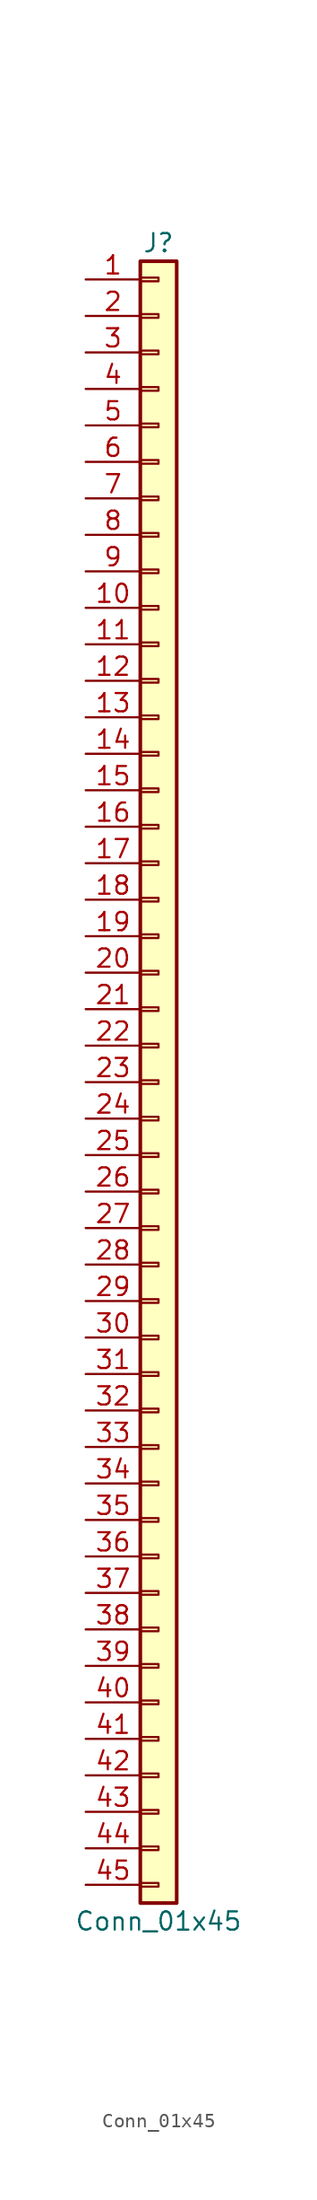
<source format=kicad_sym>
(kicad_symbol_lib
  (version 20220914)
  (generator kicad_symbol_editor)
  (symbol "Conn_01x45"
    (pin_names
      (offset 1.016) hide)
    (property "Reference" "J"
      (at 0 50.8 0)
      (effects (font (size 1.27 1.27))))
    (property "Value" "Conn_01x45"
      (at 0 -66.04 0)
      (effects (font (size 1.27 1.27))))
    (symbol "Conn_01x45_1_1"
      (rectangle (start -1.27 -63.373) (end 0 -63.627) (stroke (width 0.152) (type default)) (fill (type none)))
      (rectangle (start -1.27 -60.833) (end 0 -61.087) (stroke (width 0.152) (type default)) (fill (type none)))
      (rectangle (start -1.27 -58.293) (end 0 -58.547) (stroke (width 0.152) (type default)) (fill (type none)))
      (rectangle (start -1.27 -55.753) (end 0 -56.007) (stroke (width 0.152) (type default)) (fill (type none)))
      (rectangle (start -1.27 -53.213) (end 0 -53.467) (stroke (width 0.152) (type default)) (fill (type none)))
      (rectangle (start -1.27 -50.673) (end 0 -50.927) (stroke (width 0.152) (type default)) (fill (type none)))
      (rectangle (start -1.27 -48.133) (end 0 -48.387) (stroke (width 0.152) (type default)) (fill (type none)))
      (rectangle (start -1.27 -45.593) (end 0 -45.847) (stroke (width 0.152) (type default)) (fill (type none)))
      (rectangle (start -1.27 -43.053) (end 0 -43.307) (stroke (width 0.152) (type default)) (fill (type none)))
      (rectangle (start -1.27 -40.513) (end 0 -40.767) (stroke (width 0.152) (type default)) (fill (type none)))
      (rectangle (start -1.27 -37.973) (end 0 -38.227) (stroke (width 0.152) (type default)) (fill (type none)))
      (rectangle (start -1.27 -35.433) (end 0 -35.687) (stroke (width 0.152) (type default)) (fill (type none)))
      (rectangle (start -1.27 -32.893) (end 0 -33.147) (stroke (width 0.152) (type default)) (fill (type none)))
      (rectangle (start -1.27 -30.353) (end 0 -30.607) (stroke (width 0.152) (type default)) (fill (type none)))
      (rectangle (start -1.27 -27.813) (end 0 -28.067) (stroke (width 0.152) (type default)) (fill (type none)))
      (rectangle (start -1.27 -25.273) (end 0 -25.527) (stroke (width 0.152) (type default)) (fill (type none)))
      (rectangle (start -1.27 -22.733) (end 0 -22.987) (stroke (width 0.152) (type default)) (fill (type none)))
      (rectangle (start -1.27 -20.193) (end 0 -20.447) (stroke (width 0.152) (type default)) (fill (type none)))
      (rectangle (start -1.27 -17.653) (end 0 -17.907) (stroke (width 0.152) (type default)) (fill (type none)))
      (rectangle (start -1.27 -15.113) (end 0 -15.367) (stroke (width 0.152) (type default)) (fill (type none)))
      (rectangle (start -1.27 -12.573) (end 0 -12.827) (stroke (width 0.152) (type default)) (fill (type none)))
      (rectangle (start -1.27 -10.033) (end 0 -10.287) (stroke (width 0.152) (type default)) (fill (type none)))
      (rectangle (start -1.27 -7.493) (end 0 -7.747) (stroke (width 0.152) (type default)) (fill (type none)))
      (rectangle (start -1.27 -4.953) (end 0 -5.207) (stroke (width 0.152) (type default)) (fill (type none)))
      (rectangle (start -1.27 -2.413) (end 0 -2.667) (stroke (width 0.152) (type default)) (fill (type none)))
      (rectangle (start -1.27 0.127) (end 0 -0.127) (stroke (width 0.152) (type default)) (fill (type none)))
      (rectangle (start -1.27 2.667) (end 0 2.413) (stroke (width 0.152) (type default)) (fill (type none)))
      (rectangle (start -1.27 5.207) (end 0 4.953) (stroke (width 0.152) (type default)) (fill (type none)))
      (rectangle (start -1.27 7.747) (end 0 7.493) (stroke (width 0.152) (type default)) (fill (type none)))
      (rectangle (start -1.27 10.287) (end 0 10.033) (stroke (width 0.152) (type default)) (fill (type none)))
      (rectangle (start -1.27 12.827) (end 0 12.573) (stroke (width 0.152) (type default)) (fill (type none)))
      (rectangle (start -1.27 15.367) (end 0 15.113) (stroke (width 0.152) (type default)) (fill (type none)))
      (rectangle (start -1.27 17.907) (end 0 17.653) (stroke (width 0.152) (type default)) (fill (type none)))
      (rectangle (start -1.27 20.447) (end 0 20.193) (stroke (width 0.152) (type default)) (fill (type none)))
      (rectangle (start -1.27 22.987) (end 0 22.733) (stroke (width 0.152) (type default)) (fill (type none)))
      (rectangle (start -1.27 25.527) (end 0 25.273) (stroke (width 0.152) (type default)) (fill (type none)))
      (rectangle (start -1.27 28.067) (end 0 27.813) (stroke (width 0.152) (type default)) (fill (type none)))
      (rectangle (start -1.27 30.607) (end 0 30.353) (stroke (width 0.152) (type default)) (fill (type none)))
      (rectangle (start -1.27 33.147) (end 0 32.893) (stroke (width 0.152) (type default)) (fill (type none)))
      (rectangle (start -1.27 35.687) (end 0 35.433) (stroke (width 0.152) (type default)) (fill (type none)))
      (rectangle (start -1.27 38.227) (end 0 37.973) (stroke (width 0.152) (type default)) (fill (type none)))
      (rectangle (start -1.27 40.767) (end 0 40.513) (stroke (width 0.152) (type default)) (fill (type none)))
      (rectangle (start -1.27 43.307) (end 0 43.053) (stroke (width 0.152) (type default)) (fill (type none)))
      (rectangle (start -1.27 45.847) (end 0 45.593) (stroke (width 0.152) (type default)) (fill (type none)))
      (rectangle (start -1.27 48.387) (end 0 48.133) (stroke (width 0.152) (type default)) (fill (type none)))
      (rectangle (start -1.27 49.53) (end 1.27 -64.77) (stroke (width 0.254) (type default)) (fill (type background)))
      (pin passive line (at -5.08 48.26 0) (length 3.81) (name "Pin_1" (effects (font (size 1.27 1.27)))) (number "1" (effects (font (size 1.27 1.27)))))
      (pin passive line (at -5.08 25.4 0) (length 3.81) (name "Pin_10" (effects (font (size 1.27 1.27)))) (number "10" (effects (font (size 1.27 1.27)))))
      (pin passive line (at -5.08 22.86 0) (length 3.81) (name "Pin_11" (effects (font (size 1.27 1.27)))) (number "11" (effects (font (size 1.27 1.27)))))
      (pin passive line (at -5.08 20.32 0) (length 3.81) (name "Pin_12" (effects (font (size 1.27 1.27)))) (number "12" (effects (font (size 1.27 1.27)))))
      (pin passive line (at -5.08 17.78 0) (length 3.81) (name "Pin_13" (effects (font (size 1.27 1.27)))) (number "13" (effects (font (size 1.27 1.27)))))
      (pin passive line (at -5.08 15.24 0) (length 3.81) (name "Pin_14" (effects (font (size 1.27 1.27)))) (number "14" (effects (font (size 1.27 1.27)))))
      (pin passive line (at -5.08 12.7 0) (length 3.81) (name "Pin_15" (effects (font (size 1.27 1.27)))) (number "15" (effects (font (size 1.27 1.27)))))
      (pin passive line (at -5.08 10.16 0) (length 3.81) (name "Pin_16" (effects (font (size 1.27 1.27)))) (number "16" (effects (font (size 1.27 1.27)))))
      (pin passive line (at -5.08 7.62 0) (length 3.81) (name "Pin_17" (effects (font (size 1.27 1.27)))) (number "17" (effects (font (size 1.27 1.27)))))
      (pin passive line (at -5.08 5.08 0) (length 3.81) (name "Pin_18" (effects (font (size 1.27 1.27)))) (number "18" (effects (font (size 1.27 1.27)))))
      (pin passive line (at -5.08 2.54 0) (length 3.81) (name "Pin_19" (effects (font (size 1.27 1.27)))) (number "19" (effects (font (size 1.27 1.27)))))
      (pin passive line (at -5.08 45.72 0) (length 3.81) (name "Pin_2" (effects (font (size 1.27 1.27)))) (number "2" (effects (font (size 1.27 1.27)))))
      (pin passive line (at -5.08 0 0) (length 3.81) (name "Pin_20" (effects (font (size 1.27 1.27)))) (number "20" (effects (font (size 1.27 1.27)))))
      (pin passive line (at -5.08 -2.54 0) (length 3.81) (name "Pin_21" (effects (font (size 1.27 1.27)))) (number "21" (effects (font (size 1.27 1.27)))))
      (pin passive line (at -5.08 -5.08 0) (length 3.81) (name "Pin_22" (effects (font (size 1.27 1.27)))) (number "22" (effects (font (size 1.27 1.27)))))
      (pin passive line (at -5.08 -7.62 0) (length 3.81) (name "Pin_23" (effects (font (size 1.27 1.27)))) (number "23" (effects (font (size 1.27 1.27)))))
      (pin passive line (at -5.08 -10.16 0) (length 3.81) (name "Pin_24" (effects (font (size 1.27 1.27)))) (number "24" (effects (font (size 1.27 1.27)))))
      (pin passive line (at -5.08 -12.7 0) (length 3.81) (name "Pin_25" (effects (font (size 1.27 1.27)))) (number "25" (effects (font (size 1.27 1.27)))))
      (pin passive line (at -5.08 -15.24 0) (length 3.81) (name "Pin_26" (effects (font (size 1.27 1.27)))) (number "26" (effects (font (size 1.27 1.27)))))
      (pin passive line (at -5.08 -17.78 0) (length 3.81) (name "Pin_27" (effects (font (size 1.27 1.27)))) (number "27" (effects (font (size 1.27 1.27)))))
      (pin passive line (at -5.08 -20.32 0) (length 3.81) (name "Pin_28" (effects (font (size 1.27 1.27)))) (number "28" (effects (font (size 1.27 1.27)))))
      (pin passive line (at -5.08 -22.86 0) (length 3.81) (name "Pin_29" (effects (font (size 1.27 1.27)))) (number "29" (effects (font (size 1.27 1.27)))))
      (pin passive line (at -5.08 43.18 0) (length 3.81) (name "Pin_3" (effects (font (size 1.27 1.27)))) (number "3" (effects (font (size 1.27 1.27)))))
      (pin passive line (at -5.08 -25.4 0) (length 3.81) (name "Pin_30" (effects (font (size 1.27 1.27)))) (number "30" (effects (font (size 1.27 1.27)))))
      (pin passive line (at -5.08 -27.94 0) (length 3.81) (name "Pin_31" (effects (font (size 1.27 1.27)))) (number "31" (effects (font (size 1.27 1.27)))))
      (pin passive line (at -5.08 -30.48 0) (length 3.81) (name "Pin_32" (effects (font (size 1.27 1.27)))) (number "32" (effects (font (size 1.27 1.27)))))
      (pin passive line (at -5.08 -33.02 0) (length 3.81) (name "Pin_33" (effects (font (size 1.27 1.27)))) (number "33" (effects (font (size 1.27 1.27)))))
      (pin passive line (at -5.08 -35.56 0) (length 3.81) (name "Pin_34" (effects (font (size 1.27 1.27)))) (number "34" (effects (font (size 1.27 1.27)))))
      (pin passive line (at -5.08 -38.1 0) (length 3.81) (name "Pin_35" (effects (font (size 1.27 1.27)))) (number "35" (effects (font (size 1.27 1.27)))))
      (pin passive line (at -5.08 -40.64 0) (length 3.81) (name "Pin_36" (effects (font (size 1.27 1.27)))) (number "36" (effects (font (size 1.27 1.27)))))
      (pin passive line (at -5.08 -43.18 0) (length 3.81) (name "Pin_37" (effects (font (size 1.27 1.27)))) (number "37" (effects (font (size 1.27 1.27)))))
      (pin passive line (at -5.08 -45.72 0) (length 3.81) (name "Pin_38" (effects (font (size 1.27 1.27)))) (number "38" (effects (font (size 1.27 1.27)))))
      (pin passive line (at -5.08 -48.26 0) (length 3.81) (name "Pin_39" (effects (font (size 1.27 1.27)))) (number "39" (effects (font (size 1.27 1.27)))))
      (pin passive line (at -5.08 40.64 0) (length 3.81) (name "Pin_4" (effects (font (size 1.27 1.27)))) (number "4" (effects (font (size 1.27 1.27)))))
      (pin passive line (at -5.08 -50.8 0) (length 3.81) (name "Pin_40" (effects (font (size 1.27 1.27)))) (number "40" (effects (font (size 1.27 1.27)))))
      (pin passive line (at -5.08 -53.34 0) (length 3.81) (name "Pin_41" (effects (font (size 1.27 1.27)))) (number "41" (effects (font (size 1.27 1.27)))))
      (pin passive line (at -5.08 -55.88 0) (length 3.81) (name "Pin_42" (effects (font (size 1.27 1.27)))) (number "42" (effects (font (size 1.27 1.27)))))
      (pin passive line (at -5.08 -58.42 0) (length 3.81) (name "Pin_43" (effects (font (size 1.27 1.27)))) (number "43" (effects (font (size 1.27 1.27)))))
      (pin passive line (at -5.08 -60.96 0) (length 3.81) (name "Pin_44" (effects (font (size 1.27 1.27)))) (number "44" (effects (font (size 1.27 1.27)))))
      (pin passive line (at -5.08 -63.5 0) (length 3.81) (name "Pin_45" (effects (font (size 1.27 1.27)))) (number "45" (effects (font (size 1.27 1.27)))))
      (pin passive line (at -5.08 38.1 0) (length 3.81) (name "Pin_5" (effects (font (size 1.27 1.27)))) (number "5" (effects (font (size 1.27 1.27)))))
      (pin passive line (at -5.08 35.56 0) (length 3.81) (name "Pin_6" (effects (font (size 1.27 1.27)))) (number "6" (effects (font (size 1.27 1.27)))))
      (pin passive line (at -5.08 33.02 0) (length 3.81) (name "Pin_7" (effects (font (size 1.27 1.27)))) (number "7" (effects (font (size 1.27 1.27)))))
      (pin passive line (at -5.08 30.48 0) (length 3.81) (name "Pin_8" (effects (font (size 1.27 1.27)))) (number "8" (effects (font (size 1.27 1.27)))))
      (pin passive line (at -5.08 27.94 0) (length 3.81) (name "Pin_9" (effects (font (size 1.27 1.27)))) (number "9" (effects (font (size 1.27 1.27))))))))
</source>
